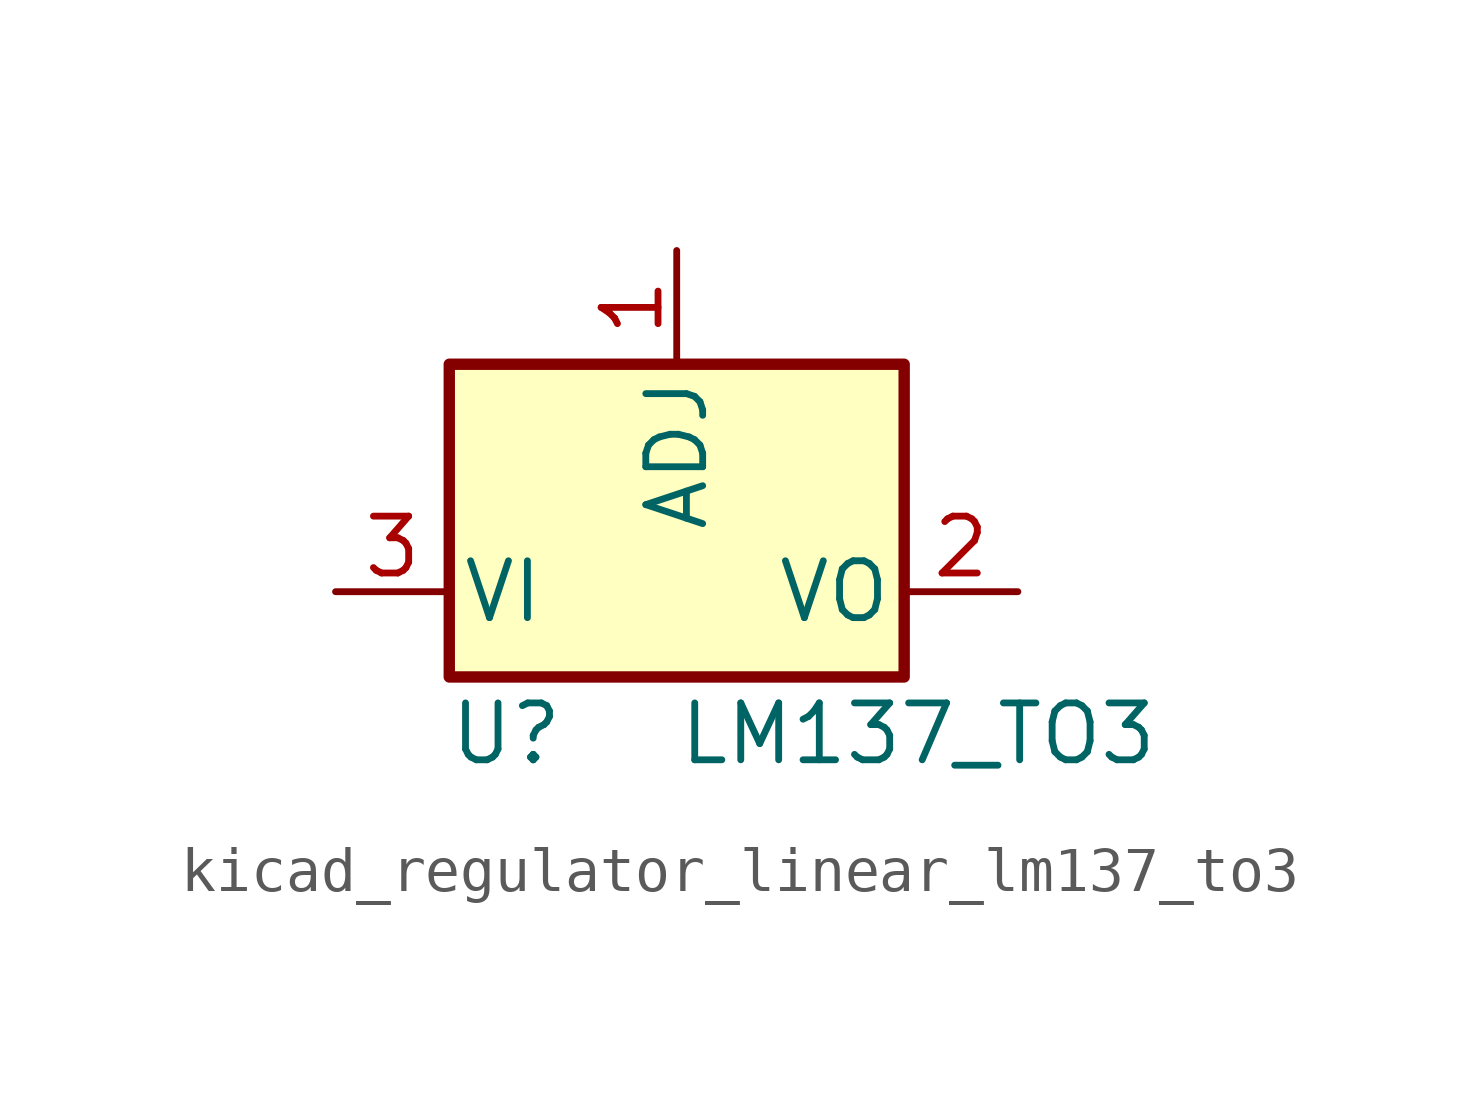
<source format=kicad_sym>
(kicad_symbol_lib
  (version 20220914)
  (generator kicad_symbol_editor)
  (symbol "kicad_regulator_linear_lm137_to3"
    (pin_names
      (offset 0.254))
    (property "Reference" "U"
      (at -3.81 -3.175 0)
      (effects (font (size 1.27 1.27))))
    (property "Value" "LM137_TO3"
      (at 0 -3.175 0)
      (effects (font (size 1.27 1.27)) (justify left)))
    (symbol "kicad_regulator_linear_lm137_to3_0_1"
      (rectangle (start -5.08 5.08) (end 5.08 -1.905) (stroke (width 0.254) (type default)) (fill (type background))))
    (symbol "kicad_regulator_linear_lm137_to3_1_1"
      (pin input line (at 0 7.62 270) (length 2.54) (name "ADJ" (effects (font (size 1.27 1.27)))) (number "1" (effects (font (size 1.27 1.27)))))
      (pin power_out line (at 7.62 0 180) (length 2.54) (name "VO" (effects (font (size 1.27 1.27)))) (number "2" (effects (font (size 1.27 1.27)))))
      (pin power_in line (at -7.62 0 0) (length 2.54) (name "VI" (effects (font (size 1.27 1.27)))) (number "3" (effects (font (size 1.27 1.27))))))))
</source>
